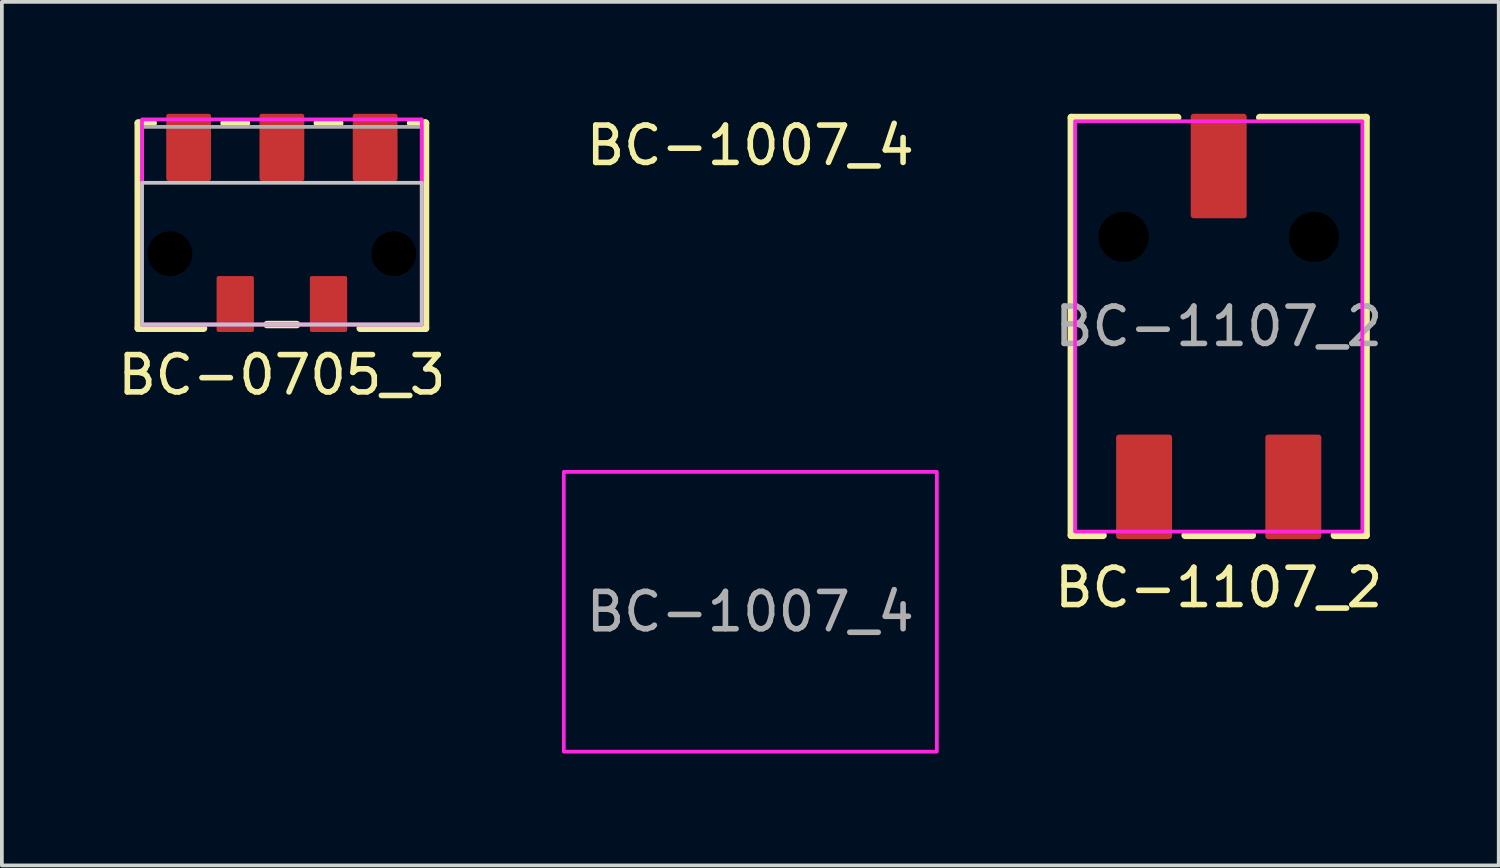
<source format=kicad_pcb>
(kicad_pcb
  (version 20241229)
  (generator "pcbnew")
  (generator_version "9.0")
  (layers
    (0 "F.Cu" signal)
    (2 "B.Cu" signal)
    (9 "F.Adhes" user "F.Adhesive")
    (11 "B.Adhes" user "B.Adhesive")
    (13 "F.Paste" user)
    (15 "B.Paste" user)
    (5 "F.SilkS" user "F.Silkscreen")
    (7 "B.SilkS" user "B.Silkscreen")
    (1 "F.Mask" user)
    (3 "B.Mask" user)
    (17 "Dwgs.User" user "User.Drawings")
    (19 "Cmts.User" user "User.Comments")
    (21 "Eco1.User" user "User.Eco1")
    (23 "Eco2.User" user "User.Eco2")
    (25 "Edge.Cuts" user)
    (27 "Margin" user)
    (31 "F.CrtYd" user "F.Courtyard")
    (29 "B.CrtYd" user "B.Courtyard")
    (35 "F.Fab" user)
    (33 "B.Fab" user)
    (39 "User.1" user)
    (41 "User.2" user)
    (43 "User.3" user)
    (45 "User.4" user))
  (footprint "BC-1007_4"
    (layer "F.Cu")
    (at 17.062 13.348)
    (property "Reference" "BC-1007_4" (at 0 -12.5 0) (unlocked yes) (layer "F.SilkS") (effects (font (size 1 1) (thickness 0.15))))
    (attr smd)
    (fp_rect (start -5 -3.75) (end 5 3.75) (stroke (width 0.1) (type solid)) (fill no) (layer "F.CrtYd"))
    (fp_text user "${REFERENCE}" (at 0 0 0) (unlocked yes) (layer "F.Fab") (effects (font (size 1 1) (thickness 0.15)))))
  (footprint "BC-1107_2"
    (layer "F.Cu")
    (at 29.618 5.7)
    (property "Reference" "BC-1107_2" (at 0 7 0) (unlocked yes) (layer "F.SilkS") (effects (font (size 1 1) (thickness 0.15))))
    (attr smd)
    (fp_line (start -3.95 -5.6) (end -3.95 5.6) (stroke (width 0.2) (type solid)) (layer "F.SilkS"))
    (fp_line (start -3.95 5.6) (end -3.1 5.6) (stroke (width 0.2) (type solid)) (layer "F.SilkS"))
    (fp_line (start -1.1 -5.6) (end -3.95 -5.6) (stroke (width 0.2) (type solid)) (layer "F.SilkS"))
    (fp_line (start -0.9 5.6) (end 0.9 5.6) (stroke (width 0.2) (type solid)) (layer "F.SilkS"))
    (fp_line (start 1.1 -5.6) (end 3.95 -5.6) (stroke (width 0.2) (type solid)) (layer "F.SilkS"))
    (fp_line (start 3.95 -5.6) (end 3.95 5.6) (stroke (width 0.2) (type solid)) (layer "F.SilkS"))
    (fp_line (start 3.95 5.6) (end 3.1 5.6) (stroke (width 0.2) (type solid)) (layer "F.SilkS"))
    (fp_rect (start -3.85 -5.5) (end 3.85 5.5) (stroke (width 0.1) (type solid)) (fill no) (layer "F.CrtYd"))
    (fp_text user "${REFERENCE}" (at 0 0 0) (unlocked yes) (layer "F.Fab") (effects (font (size 1 1) (thickness 0.15))))
    (pad "" np_thru_hole circle (at -2.55 -2.4) (size 1.35 1.35) (drill 1.35) (layers "*.Mask"))
    (pad "" np_thru_hole circle (at 2.55 -2.4) (size 1.35 1.35) (drill 1.35) (layers "*.Mask"))
    (pad "*" smd roundrect (at 0 -4.3 90) (size 2.8 1.5) (layers "F.Cu" "F.Mask" "F.Paste") (roundrect_rratio 0.05))
    (pad "1" smd roundrect (at -2 4.3 90) (size 2.8 1.5) (layers "F.Cu" "F.Mask" "F.Paste") (roundrect_rratio 0.05))
    (pad "2" smd roundrect (at 2 4.3 90) (size 2.8 1.5) (layers "F.Cu" "F.Mask" "F.Paste") (roundrect_rratio 0.05)))
  (footprint "BC-0705_3"
    (layer "F.Cu")
    (at 4.506 3)
    (property "Reference" "BC-0705_3" (at 0 4 0) (unlocked yes) (layer "F.SilkS") (effects (font (size 1 1) (thickness 0.15))))
    (attr smd)
    (fp_line (start -3.85 -2.75) (end -3.85 2.75) (stroke (width 0.2) (type solid)) (layer "F.SilkS"))
    (fp_line (start -3.85 2.75) (end -2.1 2.75) (stroke (width 0.2) (type solid)) (layer "F.SilkS"))
    (fp_line (start -3.45 -2.75) (end -3.85 -2.75) (stroke (width 0.2) (type solid)) (layer "F.SilkS"))
    (fp_line (start -1.55 -2.75) (end -0.95 -2.75) (stroke (width 0.2) (type solid)) (layer "F.SilkS"))
    (fp_line (start -0.4 2.65) (end 0.4 2.65) (stroke (width 0.2) (type solid)) (layer "F.SilkS"))
    (fp_line (start 0.95 -2.75) (end 1.55 -2.75) (stroke (width 0.2) (type solid)) (layer "F.SilkS"))
    (fp_line (start 3.45 -2.75) (end 3.85 -2.75) (stroke (width 0.2) (type solid)) (layer "F.SilkS"))
    (fp_line (start 3.85 -2.75) (end 3.85 2.75) (stroke (width 0.2) (type solid)) (layer "F.SilkS"))
    (fp_line (start 3.85 2.75) (end 2.1 2.75) (stroke (width 0.2) (type solid)) (layer "F.SilkS"))
    (fp_rect (start -3.75 2.65) (end 3.75 -1.15) (stroke (width 0.1) (type solid)) (fill no) (layer "Dwgs.User"))
    (fp_rect (start -3.75 2.65) (end 3.75 -2.85) (stroke (width 0.1) (type solid)) (fill no) (layer "F.CrtYd"))
    (fp_rect (start -3.75 -2.65) (end 3.75 2.65) (stroke (width 0.1) (type solid)) (fill no) (layer "F.Fab"))
    (pad "" np_thru_hole circle (at -3 0.75) (size 1.2 1.2) (drill 1.2) (layers "*.Mask"))
    (pad "" np_thru_hole circle (at 3 0.75) (size 1.2 1.2) (drill 1.2) (layers "*.Mask"))
    (pad "*" smd roundrect (at -1.25 2.1 90) (size 1.5 1) (layers "F.Cu" "F.Mask" "F.Paste") (roundrect_rratio 0.05))
    (pad "*" smd roundrect (at 1.25 2.1 90) (size 1.5 1) (layers "F.Cu" "F.Mask" "F.Paste") (roundrect_rratio 0.05))
    (pad "1" smd roundrect (at -2.5 -2.1 90) (size 1.8 1.2) (layers "F.Cu" "F.Mask" "F.Paste") (roundrect_rratio 0.05))
    (pad "2" smd roundrect (at 0 -2.1 90) (size 1.8 1.2) (layers "F.Cu" "F.Mask" "F.Paste") (roundrect_rratio 0.05))
    (pad "3" smd roundrect (at 2.5 -2.1 90) (size 1.8 1.2) (layers "F.Cu" "F.Mask" "F.Paste") (roundrect_rratio 0.05)))
  (gr_rect
    (start -3 -3)
    (end 37.124 20.148)
    (stroke (width 0.1) (type default))
    (fill no)
    (layer "Edge.Cuts")))
</source>
